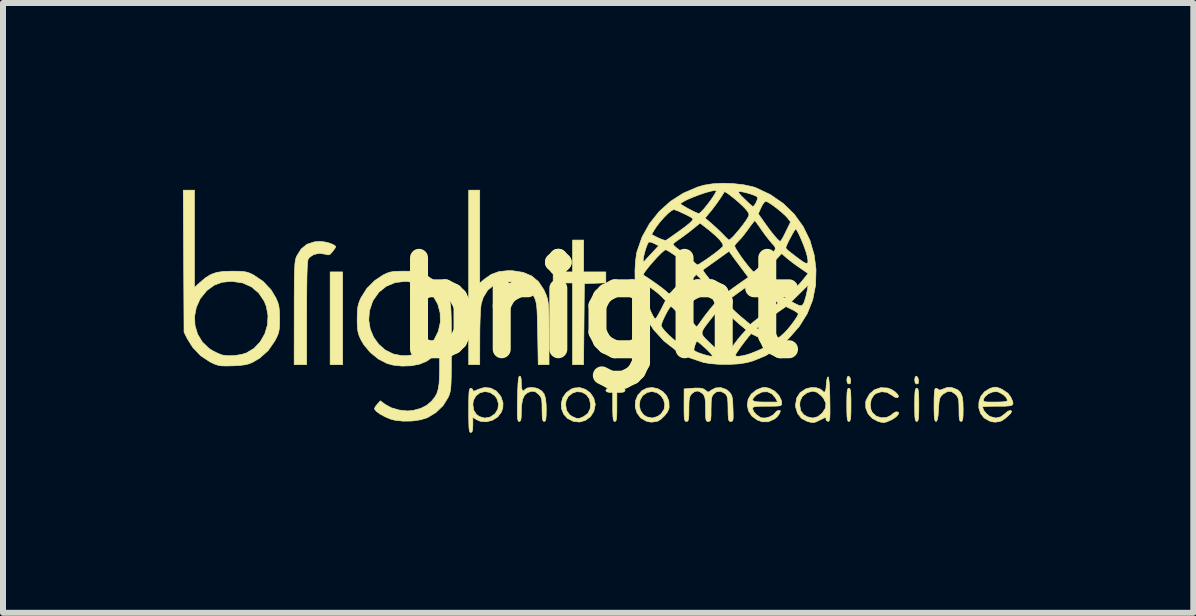
<source format=kicad_pcb>
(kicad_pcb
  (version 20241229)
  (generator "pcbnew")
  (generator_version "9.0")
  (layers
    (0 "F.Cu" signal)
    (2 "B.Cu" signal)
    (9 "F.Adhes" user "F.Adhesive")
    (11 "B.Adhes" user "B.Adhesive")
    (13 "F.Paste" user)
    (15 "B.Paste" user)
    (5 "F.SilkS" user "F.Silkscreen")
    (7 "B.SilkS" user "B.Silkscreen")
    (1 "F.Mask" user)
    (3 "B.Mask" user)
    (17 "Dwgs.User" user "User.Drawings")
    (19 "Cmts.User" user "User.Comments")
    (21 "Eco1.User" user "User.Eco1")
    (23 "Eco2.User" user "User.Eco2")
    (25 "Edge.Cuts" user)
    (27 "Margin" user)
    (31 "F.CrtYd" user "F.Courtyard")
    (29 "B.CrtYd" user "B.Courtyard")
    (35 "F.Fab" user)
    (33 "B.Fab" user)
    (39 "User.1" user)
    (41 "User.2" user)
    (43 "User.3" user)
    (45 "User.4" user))
  (footprint "bright"
    (layer "F.Cu")
    (at 6.911 2.083)
    (property "Reference" "bright" (at 0 0 0) (layer "F.SilkS") (effects (font (size 1.524 1.524) (thickness 0.3))))
    (attr through_hole)
    (fp_poly (pts (xy -4.249 0.947) (xy -4.457 0.947) (xy -4.457 -0.6) (xy -4.249 -0.6) (xy -4.249 0.947)) (stroke (width 0.01) (type solid)) (fill yes) (layer "F.SilkS"))
    (fp_poly (pts (xy 4.21 1.163) (xy 4.221 1.208) (xy 4.218 1.256) (xy 4.193 1.27) (xy 4.165 1.252) (xy 4.156 1.199) (xy 4.166 1.149) (xy 4.187 1.137) (xy 4.21 1.163)) (stroke (width 0.01) (type solid)) (fill yes) (layer "F.SilkS"))
    (fp_poly (pts (xy 5.341 1.163) (xy 5.353 1.208) (xy 5.35 1.256) (xy 5.324 1.27) (xy 5.296 1.252) (xy 5.288 1.199) (xy 5.297 1.149) (xy 5.319 1.137) (xy 5.341 1.163)) (stroke (width 0.01) (type solid)) (fill yes) (layer "F.SilkS"))
    (fp_poly (pts (xy -0.231 -0.6) (xy 0.139 -0.6) (xy 0.139 -0.418) (xy -0.04 -0.411) (xy -0.219 -0.404) (xy -0.225 0.271) (xy -0.232 0.947) (xy -0.416 0.947) (xy -0.416 -0.416) (xy -0.739 -0.416) (xy -0.739 -0.6) (xy -0.416 -0.6) (xy -0.416 -1.131) (xy -0.231 -1.131) (xy -0.231 -0.6)) (stroke (width 0.01) (type solid)) (fill yes) (layer "F.SilkS"))
    (fp_poly (pts (xy 4.206 1.346) (xy 4.216 1.372) (xy 4.222 1.423) (xy 4.225 1.507) (xy 4.226 1.616) (xy 4.225 1.736) (xy 4.222 1.816) (xy 4.215 1.865) (xy 4.205 1.888) (xy 4.191 1.893) (xy 4.176 1.887) (xy 4.166 1.861) (xy 4.16 1.81) (xy 4.157 1.726) (xy 4.156 1.616) (xy 4.157 1.497) (xy 4.16 1.417) (xy 4.167 1.368) (xy 4.177 1.345) (xy 4.191 1.339) (xy 4.206 1.346)) (stroke (width 0.01) (type solid)) (fill yes) (layer "F.SilkS"))
    (fp_poly (pts (xy 5.337 1.346) (xy 5.347 1.372) (xy 5.353 1.423) (xy 5.356 1.507) (xy 5.357 1.616) (xy 5.356 1.736) (xy 5.353 1.816) (xy 5.347 1.865) (xy 5.336 1.888) (xy 5.322 1.893) (xy 5.308 1.887) (xy 5.297 1.861) (xy 5.291 1.81) (xy 5.289 1.726) (xy 5.288 1.616) (xy 5.289 1.497) (xy 5.292 1.417) (xy 5.298 1.368) (xy 5.309 1.345) (xy 5.322 1.339) (xy 5.337 1.346)) (stroke (width 0.01) (type solid)) (fill yes) (layer "F.SilkS"))
    (fp_poly (pts (xy 0.305 1.172) (xy 0.318 1.236) (xy 0.319 1.247) (xy 0.327 1.306) (xy 0.344 1.333) (xy 0.383 1.339) (xy 0.394 1.339) (xy 0.448 1.35) (xy 0.462 1.374) (xy 0.441 1.401) (xy 0.393 1.409) (xy 0.323 1.409) (xy 0.323 1.651) (xy 0.322 1.762) (xy 0.318 1.834) (xy 0.311 1.875) (xy 0.298 1.892) (xy 0.289 1.893) (xy 0.273 1.886) (xy 0.263 1.859) (xy 0.257 1.804) (xy 0.254 1.715) (xy 0.254 1.651) (xy 0.254 1.409) (xy 0.196 1.409) (xy 0.15 1.397) (xy 0.139 1.374) (xy 0.159 1.346) (xy 0.195 1.339) (xy 0.231 1.334) (xy 0.249 1.309) (xy 0.258 1.251) (xy 0.258 1.241) (xy 0.27 1.174) (xy 0.287 1.151) (xy 0.305 1.172)) (stroke (width 0.01) (type solid)) (fill yes) (layer "F.SilkS"))
    (fp_poly (pts (xy -4.556 -1.101) (xy -4.481 -1.084) (xy -4.416 -1.06) (xy -4.373 -1.034) (xy -4.364 -1.019) (xy -4.377 -0.993) (xy -4.41 -0.948) (xy -4.418 -0.938) (xy -4.456 -0.895) (xy -4.491 -0.883) (xy -4.543 -0.895) (xy -4.554 -0.898) (xy -4.643 -0.909) (xy -4.731 -0.889) (xy -4.8 -0.844) (xy -4.824 -0.812) (xy -4.832 -0.773) (xy -4.838 -0.688) (xy -4.843 -0.558) (xy -4.846 -0.381) (xy -4.848 -0.16) (xy -4.849 0.091) (xy -4.849 0.947) (xy -5.057 0.947) (xy -5.056 0.087) (xy -5.056 -0.138) (xy -5.055 -0.321) (xy -5.054 -0.467) (xy -5.052 -0.582) (xy -5.048 -0.67) (xy -5.044 -0.736) (xy -5.038 -0.785) (xy -5.03 -0.821) (xy -5.02 -0.851) (xy -5.013 -0.866) (xy -4.939 -0.983) (xy -4.843 -1.061) (xy -4.72 -1.101) (xy -4.626 -1.108) (xy -4.556 -1.101)) (stroke (width 0.01) (type solid)) (fill yes) (layer "F.SilkS"))
    (fp_poly (pts (xy -0.199 1.359) (xy -0.118 1.42) (xy -0.062 1.504) (xy -0.038 1.602) (xy -0.038 1.617) (xy -0.061 1.726) (xy -0.118 1.814) (xy -0.201 1.875) (xy -0.3 1.903) (xy -0.401 1.892) (xy -0.498 1.844) (xy -0.564 1.771) (xy -0.599 1.682) (xy -0.602 1.616) (xy -0.531 1.616) (xy -0.515 1.713) (xy -0.463 1.783) (xy -0.421 1.811) (xy -0.354 1.84) (xy -0.299 1.841) (xy -0.232 1.813) (xy -0.23 1.812) (xy -0.159 1.758) (xy -0.122 1.682) (xy -0.115 1.609) (xy -0.135 1.516) (xy -0.186 1.446) (xy -0.26 1.404) (xy -0.346 1.397) (xy -0.413 1.419) (xy -0.488 1.476) (xy -0.525 1.553) (xy -0.531 1.616) (xy -0.602 1.616) (xy -0.603 1.587) (xy -0.577 1.494) (xy -0.52 1.413) (xy -0.434 1.352) (xy -0.39 1.336) (xy -0.293 1.329) (xy -0.199 1.359)) (stroke (width 0.01) (type solid)) (fill yes) (layer "F.SilkS"))
    (fp_poly (pts (xy 1.007 1.348) (xy 1.088 1.395) (xy 1.152 1.465) (xy 1.19 1.553) (xy 1.194 1.658) (xy 1.189 1.685) (xy 1.164 1.739) (xy 1.116 1.8) (xy 1.059 1.854) (xy 1.006 1.888) (xy 0.982 1.893) (xy 0.93 1.901) (xy 0.92 1.904) (xy 0.879 1.903) (xy 0.818 1.889) (xy 0.809 1.886) (xy 0.72 1.834) (xy 0.659 1.752) (xy 0.629 1.654) (xy 0.631 1.623) (xy 0.697 1.623) (xy 0.715 1.707) (xy 0.763 1.778) (xy 0.819 1.816) (xy 0.914 1.836) (xy 1.003 1.81) (xy 1.062 1.765) (xy 1.111 1.69) (xy 1.122 1.609) (xy 1.102 1.529) (xy 1.056 1.461) (xy 0.989 1.413) (xy 0.909 1.394) (xy 0.827 1.41) (xy 0.753 1.462) (xy 0.71 1.537) (xy 0.697 1.623) (xy 0.631 1.623) (xy 0.634 1.549) (xy 0.67 1.459) (xy 0.74 1.38) (xy 0.825 1.337) (xy 0.917 1.328) (xy 1.007 1.348)) (stroke (width 0.01) (type solid)) (fill yes) (layer "F.SilkS"))
    (fp_poly (pts (xy 4.836 1.336) (xy 4.846 1.338) (xy 4.907 1.364) (xy 4.962 1.4) (xy 5.002 1.44) (xy 5.019 1.474) (xy 5.006 1.495) (xy 4.999 1.497) (xy 4.957 1.488) (xy 4.907 1.455) (xy 4.903 1.452) (xy 4.825 1.407) (xy 4.734 1.398) (xy 4.646 1.425) (xy 4.608 1.454) (xy 4.564 1.523) (xy 4.548 1.612) (xy 4.56 1.701) (xy 4.584 1.748) (xy 4.648 1.805) (xy 4.731 1.832) (xy 4.818 1.827) (xy 4.894 1.791) (xy 4.916 1.769) (xy 4.962 1.738) (xy 4.991 1.732) (xy 5.02 1.743) (xy 5.016 1.771) (xy 4.985 1.809) (xy 4.931 1.849) (xy 4.888 1.872) (xy 4.82 1.901) (xy 4.774 1.911) (xy 4.728 1.906) (xy 4.679 1.893) (xy 4.583 1.843) (xy 4.512 1.766) (xy 4.473 1.671) (xy 4.471 1.57) (xy 4.479 1.539) (xy 4.534 1.437) (xy 4.618 1.365) (xy 4.722 1.33) (xy 4.836 1.336)) (stroke (width 0.01) (type solid)) (fill yes) (layer "F.SilkS"))
    (fp_poly (pts (xy -1.963 -0.411) (xy -1.884 -0.48) (xy -1.77 -0.559) (xy -1.643 -0.605) (xy -1.491 -0.621) (xy -1.412 -0.619) (xy -1.239 -0.592) (xy -1.097 -0.532) (xy -0.983 -0.436) (xy -0.894 -0.302) (xy -0.853 -0.209) (xy -0.838 -0.165) (xy -0.827 -0.118) (xy -0.819 -0.06) (xy -0.813 0.016) (xy -0.81 0.117) (xy -0.809 0.25) (xy -0.808 0.422) (xy -0.808 0.947) (xy -0.988 0.947) (xy -0.997 0.433) (xy -1.001 0.264) (xy -1.004 0.135) (xy -1.008 0.038) (xy -1.014 -0.034) (xy -1.023 -0.087) (xy -1.034 -0.13) (xy -1.049 -0.168) (xy -1.061 -0.192) (xy -1.137 -0.307) (xy -1.239 -0.384) (xy -1.369 -0.426) (xy -1.443 -0.435) (xy -1.598 -0.426) (xy -1.728 -0.379) (xy -1.83 -0.296) (xy -1.904 -0.176) (xy -1.938 -0.069) (xy -1.945 -0.014) (xy -1.952 0.079) (xy -1.957 0.199) (xy -1.961 0.338) (xy -1.962 0.486) (xy -1.962 0.491) (xy -1.963 0.947) (xy -2.147 0.947) (xy -2.147 -1.963) (xy -1.963 -1.963) (xy -1.963 -0.411)) (stroke (width 0.01) (type solid)) (fill yes) (layer "F.SilkS"))
    (fp_poly (pts (xy 5.893 1.326) (xy 5.934 1.337) (xy 6.003 1.365) (xy 6.05 1.408) (xy 6.079 1.474) (xy 6.093 1.569) (xy 6.096 1.685) (xy 6.095 1.786) (xy 6.09 1.85) (xy 6.08 1.883) (xy 6.064 1.893) (xy 6.061 1.893) (xy 6.044 1.885) (xy 6.033 1.855) (xy 6.028 1.794) (xy 6.027 1.696) (xy 6.025 1.598) (xy 6.02 1.533) (xy 6.007 1.491) (xy 5.985 1.458) (xy 5.97 1.442) (xy 5.903 1.395) (xy 5.837 1.393) (xy 5.765 1.434) (xy 5.759 1.44) (xy 5.728 1.47) (xy 5.708 1.505) (xy 5.696 1.555) (xy 5.689 1.632) (xy 5.685 1.694) (xy 5.678 1.797) (xy 5.667 1.86) (xy 5.653 1.889) (xy 5.643 1.893) (xy 5.629 1.884) (xy 5.62 1.852) (xy 5.614 1.791) (xy 5.611 1.694) (xy 5.611 1.616) (xy 5.612 1.496) (xy 5.616 1.414) (xy 5.622 1.366) (xy 5.633 1.343) (xy 5.644 1.339) (xy 5.678 1.354) (xy 5.685 1.363) (xy 5.709 1.371) (xy 5.763 1.352) (xy 5.77 1.349) (xy 5.833 1.325) (xy 5.893 1.326)) (stroke (width 0.01) (type solid)) (fill yes) (layer "F.SilkS"))
    (fp_poly (pts (xy -1.281 1.146) (xy -1.272 1.191) (xy -1.27 1.257) (xy -1.265 1.337) (xy -1.251 1.381) (xy -1.229 1.383) (xy -1.213 1.364) (xy -1.172 1.336) (xy -1.105 1.326) (xy -1.03 1.335) (xy -0.986 1.35) (xy -0.928 1.387) (xy -0.889 1.437) (xy -0.866 1.509) (xy -0.856 1.612) (xy -0.854 1.698) (xy -0.856 1.796) (xy -0.861 1.856) (xy -0.872 1.886) (xy -0.889 1.893) (xy -0.906 1.885) (xy -0.917 1.855) (xy -0.922 1.794) (xy -0.924 1.696) (xy -0.925 1.598) (xy -0.93 1.533) (xy -0.943 1.491) (xy -0.965 1.458) (xy -0.98 1.442) (xy -1.038 1.397) (xy -1.095 1.389) (xy -1.164 1.412) (xy -1.215 1.454) (xy -1.249 1.526) (xy -1.267 1.635) (xy -1.27 1.735) (xy -1.272 1.822) (xy -1.279 1.871) (xy -1.294 1.891) (xy -1.305 1.893) (xy -1.318 1.888) (xy -1.328 1.868) (xy -1.333 1.826) (xy -1.336 1.756) (xy -1.336 1.652) (xy -1.334 1.52) (xy -1.33 1.368) (xy -1.325 1.259) (xy -1.318 1.186) (xy -1.308 1.147) (xy -1.299 1.137) (xy -1.281 1.146)) (stroke (width 0.01) (type solid)) (fill yes) (layer "F.SilkS"))
    (fp_poly (pts (xy -1.78 1.337) (xy -1.687 1.386) (xy -1.616 1.47) (xy -1.607 1.488) (xy -1.575 1.584) (xy -1.579 1.671) (xy -1.605 1.741) (xy -1.666 1.82) (xy -1.754 1.874) (xy -1.854 1.899) (xy -1.955 1.89) (xy -2.02 1.861) (xy -2.078 1.823) (xy -2.078 1.951) (xy -2.081 2.027) (xy -2.092 2.067) (xy -2.113 2.078) (xy -2.126 2.072) (xy -2.135 2.05) (xy -2.142 2.004) (xy -2.145 1.93) (xy -2.147 1.821) (xy -2.147 1.709) (xy -2.147 1.608) (xy -2.078 1.608) (xy -2.064 1.706) (xy -2.019 1.776) (xy -1.968 1.812) (xy -1.88 1.837) (xy -1.789 1.82) (xy -1.709 1.766) (xy -1.661 1.688) (xy -1.65 1.598) (xy -1.678 1.51) (xy -1.715 1.461) (xy -1.794 1.409) (xy -1.88 1.395) (xy -1.961 1.416) (xy -2.027 1.467) (xy -2.069 1.543) (xy -2.078 1.608) (xy -2.147 1.608) (xy -2.147 1.568) (xy -2.145 1.468) (xy -2.141 1.401) (xy -2.134 1.361) (xy -2.123 1.343) (xy -2.113 1.339) (xy -2.082 1.356) (xy -2.078 1.371) (xy -2.069 1.388) (xy -2.037 1.381) (xy -1.992 1.359) (xy -1.885 1.327) (xy -1.78 1.337)) (stroke (width 0.01) (type solid)) (fill yes) (layer "F.SilkS"))
    (fp_poly (pts (xy 2.854 1.338) (xy 2.87 1.343) (xy 2.954 1.388) (xy 3.023 1.458) (xy 3.064 1.539) (xy 3.071 1.585) (xy 3.069 1.609) (xy 3.059 1.625) (xy 3.031 1.634) (xy 2.978 1.638) (xy 2.892 1.639) (xy 2.829 1.639) (xy 2.72 1.64) (xy 2.65 1.643) (xy 2.609 1.65) (xy 2.591 1.662) (xy 2.586 1.68) (xy 2.586 1.682) (xy 2.605 1.73) (xy 2.652 1.782) (xy 2.713 1.824) (xy 2.734 1.833) (xy 2.796 1.836) (xy 2.869 1.817) (xy 2.931 1.782) (xy 2.957 1.753) (xy 2.985 1.723) (xy 3.02 1.708) (xy 3.045 1.712) (xy 3.048 1.722) (xy 3.031 1.767) (xy 2.99 1.82) (xy 2.95 1.853) (xy 2.848 1.898) (xy 2.746 1.899) (xy 2.663 1.869) (xy 2.572 1.802) (xy 2.517 1.716) (xy 2.497 1.62) (xy 2.51 1.537) (xy 2.585 1.537) (xy 2.611 1.557) (xy 2.675 1.567) (xy 2.782 1.57) (xy 2.795 1.57) (xy 3.003 1.57) (xy 2.969 1.504) (xy 2.91 1.433) (xy 2.831 1.398) (xy 2.744 1.402) (xy 2.657 1.446) (xy 2.638 1.461) (xy 2.596 1.506) (xy 2.585 1.537) (xy 2.51 1.537) (xy 2.512 1.524) (xy 2.563 1.437) (xy 2.649 1.369) (xy 2.673 1.358) (xy 2.741 1.331) (xy 2.793 1.325) (xy 2.854 1.338)) (stroke (width 0.01) (type solid)) (fill yes) (layer "F.SilkS"))
    (fp_poly (pts (xy 3.854 1.173) (xy 3.862 1.239) (xy 3.868 1.339) (xy 3.873 1.47) (xy 3.874 1.524) (xy 3.876 1.664) (xy 3.876 1.764) (xy 3.873 1.831) (xy 3.867 1.87) (xy 3.857 1.889) (xy 3.845 1.893) (xy 3.814 1.875) (xy 3.81 1.859) (xy 3.809 1.835) (xy 3.799 1.828) (xy 3.769 1.839) (xy 3.71 1.869) (xy 3.706 1.87) (xy 3.642 1.901) (xy 3.596 1.912) (xy 3.545 1.905) (xy 3.494 1.891) (xy 3.401 1.842) (xy 3.336 1.76) (xy 3.304 1.655) (xy 3.302 1.618) (xy 3.302 1.616) (xy 3.371 1.616) (xy 3.387 1.713) (xy 3.439 1.781) (xy 3.494 1.814) (xy 3.588 1.836) (xy 3.672 1.814) (xy 3.747 1.754) (xy 3.8 1.672) (xy 3.808 1.59) (xy 3.769 1.508) (xy 3.731 1.464) (xy 3.658 1.406) (xy 3.589 1.388) (xy 3.51 1.409) (xy 3.486 1.42) (xy 3.413 1.477) (xy 3.377 1.556) (xy 3.371 1.616) (xy 3.302 1.616) (xy 3.321 1.502) (xy 3.378 1.413) (xy 3.474 1.35) (xy 3.48 1.347) (xy 3.562 1.328) (xy 3.647 1.331) (xy 3.717 1.355) (xy 3.743 1.376) (xy 3.774 1.405) (xy 3.796 1.396) (xy 3.809 1.347) (xy 3.815 1.276) (xy 3.822 1.205) (xy 3.834 1.159) (xy 3.845 1.149) (xy 3.854 1.173)) (stroke (width 0.01) (type solid)) (fill yes) (layer "F.SilkS"))
    (fp_poly (pts (xy 6.711 1.342) (xy 6.748 1.36) (xy 6.844 1.424) (xy 6.89 1.488) (xy 6.918 1.551) (xy 6.928 1.593) (xy 6.914 1.619) (xy 6.871 1.633) (xy 6.793 1.639) (xy 6.674 1.639) (xy 6.673 1.639) (xy 6.571 1.64) (xy 6.489 1.643) (xy 6.435 1.646) (xy 6.419 1.65) (xy 6.437 1.705) (xy 6.483 1.763) (xy 6.541 1.809) (xy 6.549 1.812) (xy 6.642 1.836) (xy 6.727 1.815) (xy 6.791 1.765) (xy 6.838 1.725) (xy 6.88 1.709) (xy 6.903 1.72) (xy 6.904 1.729) (xy 6.887 1.759) (xy 6.845 1.801) (xy 6.792 1.846) (xy 6.742 1.88) (xy 6.709 1.893) (xy 6.657 1.901) (xy 6.646 1.904) (xy 6.605 1.903) (xy 6.545 1.889) (xy 6.536 1.886) (xy 6.445 1.834) (xy 6.386 1.758) (xy 6.357 1.666) (xy 6.359 1.57) (xy 6.367 1.545) (xy 6.433 1.545) (xy 6.442 1.559) (xy 6.473 1.567) (xy 6.534 1.57) (xy 6.629 1.57) (xy 6.733 1.568) (xy 6.798 1.562) (xy 6.829 1.551) (xy 6.835 1.54) (xy 6.815 1.495) (xy 6.767 1.448) (xy 6.704 1.411) (xy 6.661 1.396) (xy 6.588 1.401) (xy 6.514 1.433) (xy 6.457 1.482) (xy 6.436 1.522) (xy 6.433 1.545) (xy 6.367 1.545) (xy 6.39 1.477) (xy 6.451 1.399) (xy 6.542 1.344) (xy 6.549 1.341) (xy 6.609 1.323) (xy 6.656 1.323) (xy 6.711 1.342)) (stroke (width 0.01) (type solid)) (fill yes) (layer "F.SilkS"))
    (fp_poly (pts (xy 2.143 1.358) (xy 2.188 1.392) (xy 2.218 1.426) (xy 2.237 1.461) (xy 2.249 1.509) (xy 2.255 1.583) (xy 2.259 1.675) (xy 2.262 1.776) (xy 2.262 1.841) (xy 2.255 1.876) (xy 2.243 1.891) (xy 2.223 1.893) (xy 2.202 1.89) (xy 2.188 1.872) (xy 2.181 1.832) (xy 2.177 1.762) (xy 2.176 1.68) (xy 2.174 1.577) (xy 2.168 1.51) (xy 2.157 1.468) (xy 2.139 1.44) (xy 2.123 1.426) (xy 2.052 1.39) (xy 1.984 1.399) (xy 1.94 1.432) (xy 1.917 1.461) (xy 1.903 1.501) (xy 1.896 1.562) (xy 1.894 1.655) (xy 1.893 1.686) (xy 1.893 1.784) (xy 1.889 1.846) (xy 1.881 1.878) (xy 1.865 1.891) (xy 1.847 1.893) (xy 1.825 1.89) (xy 1.812 1.874) (xy 1.804 1.836) (xy 1.802 1.768) (xy 1.801 1.686) (xy 1.8 1.582) (xy 1.794 1.514) (xy 1.782 1.47) (xy 1.762 1.439) (xy 1.755 1.432) (xy 1.705 1.397) (xy 1.663 1.385) (xy 1.612 1.401) (xy 1.57 1.432) (xy 1.548 1.461) (xy 1.534 1.501) (xy 1.526 1.562) (xy 1.524 1.655) (xy 1.524 1.686) (xy 1.523 1.785) (xy 1.519 1.847) (xy 1.51 1.88) (xy 1.495 1.892) (xy 1.483 1.893) (xy 1.466 1.889) (xy 1.454 1.872) (xy 1.447 1.834) (xy 1.444 1.767) (xy 1.443 1.664) (xy 1.443 1.622) (xy 1.444 1.351) (xy 1.524 1.344) (xy 1.633 1.336) (xy 1.706 1.337) (xy 1.755 1.345) (xy 1.79 1.364) (xy 1.801 1.373) (xy 1.837 1.402) (xy 1.864 1.398) (xy 1.895 1.372) (xy 1.969 1.334) (xy 2.057 1.329) (xy 2.143 1.358)) (stroke (width 0.01) (type solid)) (fill yes) (layer "F.SilkS"))
    (fp_poly (pts (xy -6.719 -0.341) (xy -6.628 -0.423) (xy -6.531 -0.505) (xy -6.441 -0.559) (xy -6.347 -0.592) (xy -6.233 -0.608) (xy -6.096 -0.612) (xy -5.983 -0.611) (xy -5.903 -0.606) (xy -5.842 -0.595) (xy -5.788 -0.576) (xy -5.732 -0.548) (xy -5.573 -0.44) (xy -5.443 -0.302) (xy -5.361 -0.165) (xy -5.33 -0.094) (xy -5.312 -0.029) (xy -5.303 0.046) (xy -5.3 0.148) (xy -5.3 0.185) (xy -5.301 0.291) (xy -5.307 0.366) (xy -5.321 0.426) (xy -5.346 0.486) (xy -5.379 0.55) (xy -5.49 0.711) (xy -5.631 0.837) (xy -5.748 0.906) (xy -5.813 0.933) (xy -5.886 0.95) (xy -5.98 0.961) (xy -6.084 0.966) (xy -6.192 0.968) (xy -6.269 0.966) (xy -6.327 0.956) (xy -6.383 0.937) (xy -6.449 0.905) (xy -6.459 0.901) (xy -6.616 0.797) (xy -6.748 0.658) (xy -6.839 0.513) (xy -6.893 0.404) (xy -6.894 0.141) (xy -6.717 0.141) (xy -6.71 0.292) (xy -6.667 0.437) (xy -6.589 0.567) (xy -6.477 0.675) (xy -6.425 0.709) (xy -6.349 0.748) (xy -6.276 0.779) (xy -6.25 0.787) (xy -6.16 0.798) (xy -6.049 0.794) (xy -5.938 0.777) (xy -5.856 0.753) (xy -5.726 0.675) (xy -5.622 0.565) (xy -5.546 0.432) (xy -5.502 0.284) (xy -5.493 0.128) (xy -5.521 -0.025) (xy -5.555 -0.11) (xy -5.648 -0.249) (xy -5.769 -0.351) (xy -5.915 -0.416) (xy -6.083 -0.441) (xy -6.106 -0.442) (xy -6.26 -0.427) (xy -6.389 -0.379) (xy -6.506 -0.295) (xy -6.519 -0.282) (xy -6.623 -0.154) (xy -6.688 -0.01) (xy -6.717 0.141) (xy -6.894 0.141) (xy -6.899 -0.779) (xy -6.906 -1.963) (xy -6.719 -1.963) (xy -6.719 -0.341)) (stroke (width 0.01) (type solid)) (fill yes) (layer "F.SilkS"))
    (fp_poly (pts (xy -3.11 -0.611) (xy -3.031 -0.605) (xy -2.969 -0.592) (xy -2.91 -0.57) (xy -2.856 -0.544) (xy -2.711 -0.448) (xy -2.585 -0.322) (xy -2.493 -0.179) (xy -2.486 -0.166) (xy -2.472 -0.133) (xy -2.461 -0.1) (xy -2.452 -0.061) (xy -2.446 -0.01) (xy -2.442 0.059) (xy -2.439 0.15) (xy -2.437 0.27) (xy -2.436 0.424) (xy -2.436 0.618) (xy -2.436 0.658) (xy -2.436 0.859) (xy -2.437 1.019) (xy -2.438 1.145) (xy -2.441 1.241) (xy -2.445 1.313) (xy -2.45 1.367) (xy -2.459 1.409) (xy -2.469 1.444) (xy -2.483 1.478) (xy -2.491 1.495) (xy -2.575 1.63) (xy -2.695 1.745) (xy -2.837 1.831) (xy -2.953 1.866) (xy -3.093 1.886) (xy -3.241 1.888) (xy -3.377 1.873) (xy -3.453 1.853) (xy -3.542 1.815) (xy -3.623 1.771) (xy -3.684 1.726) (xy -3.716 1.689) (xy -3.718 1.68) (xy -3.703 1.646) (xy -3.668 1.602) (xy -3.619 1.549) (xy -3.546 1.605) (xy -3.438 1.665) (xy -3.306 1.703) (xy -3.169 1.718) (xy -3.075 1.71) (xy -2.946 1.675) (xy -2.846 1.624) (xy -2.766 1.555) (xy -2.716 1.494) (xy -2.679 1.43) (xy -2.655 1.353) (xy -2.64 1.255) (xy -2.634 1.125) (xy -2.632 1.003) (xy -2.632 0.689) (xy -2.693 0.761) (xy -2.75 0.816) (xy -2.825 0.873) (xy -2.859 0.894) (xy -2.97 0.939) (xy -3.108 0.965) (xy -3.257 0.97) (xy -3.402 0.955) (xy -3.51 0.926) (xy -3.654 0.851) (xy -3.788 0.742) (xy -3.896 0.613) (xy -3.941 0.536) (xy -3.973 0.467) (xy -3.992 0.404) (xy -4.002 0.334) (xy -4.006 0.24) (xy -4.006 0.205) (xy -3.813 0.205) (xy -3.789 0.353) (xy -3.732 0.49) (xy -3.646 0.608) (xy -3.537 0.703) (xy -3.406 0.768) (xy -3.259 0.797) (xy -3.168 0.796) (xy -3.077 0.78) (xy -2.99 0.754) (xy -2.958 0.74) (xy -2.824 0.648) (xy -2.722 0.529) (xy -2.654 0.39) (xy -2.62 0.24) (xy -2.623 0.086) (xy -2.663 -0.064) (xy -2.743 -0.203) (xy -2.771 -0.237) (xy -2.892 -0.347) (xy -3.025 -0.414) (xy -3.176 -0.441) (xy -3.206 -0.442) (xy -3.373 -0.422) (xy -3.52 -0.361) (xy -3.643 -0.263) (xy -3.738 -0.13) (xy -3.751 -0.104) (xy -3.802 0.05) (xy -3.813 0.205) (xy -4.006 0.205) (xy -4.006 0.185) (xy -4.004 0.073) (xy -3.997 -0.009) (xy -3.981 -0.076) (xy -3.955 -0.144) (xy -3.945 -0.165) (xy -3.846 -0.323) (xy -3.712 -0.457) (xy -3.574 -0.548) (xy -3.512 -0.578) (xy -3.456 -0.597) (xy -3.393 -0.607) (xy -3.307 -0.611) (xy -3.221 -0.612) (xy -3.11 -0.611)) (stroke (width 0.01) (type solid)) (fill yes) (layer "F.SilkS"))
    (fp_poly (pts (xy 2.264 -2.072) (xy 2.435 -2.053) (xy 2.584 -2.021) (xy 2.638 -2.004) (xy 2.882 -1.889) (xy 3.096 -1.741) (xy 3.28 -1.563) (xy 3.428 -1.357) (xy 3.541 -1.128) (xy 3.613 -0.88) (xy 3.643 -0.644) (xy 3.636 -0.38) (xy 3.588 -0.134) (xy 3.497 0.095) (xy 3.363 0.31) (xy 3.189 0.508) (xy 2.999 0.673) (xy 2.803 0.797) (xy 2.594 0.883) (xy 2.489 0.912) (xy 2.358 0.933) (xy 2.201 0.942) (xy 2.035 0.941) (xy 1.88 0.929) (xy 1.768 0.91) (xy 1.529 0.829) (xy 1.308 0.708) (xy 1.302 0.703) (xy 1.606 0.703) (xy 1.626 0.721) (xy 1.676 0.745) (xy 1.745 0.769) (xy 1.817 0.791) (xy 1.88 0.805) (xy 1.903 0.807) (xy 1.915 0.798) (xy 1.895 0.767) (xy 1.841 0.711) (xy 1.811 0.682) (xy 1.745 0.623) (xy 1.693 0.579) (xy 1.663 0.557) (xy 1.659 0.555) (xy 1.644 0.574) (xy 1.626 0.619) (xy 1.611 0.672) (xy 1.606 0.703) (xy 1.302 0.703) (xy 1.109 0.552) (xy 0.938 0.366) (xy 0.89 0.293) (xy 1.062 0.293) (xy 1.08 0.333) (xy 1.126 0.39) (xy 1.192 0.457) (xy 1.268 0.524) (xy 1.344 0.583) (xy 1.412 0.627) (xy 1.46 0.646) (xy 1.465 0.647) (xy 1.49 0.627) (xy 1.523 0.579) (xy 1.541 0.545) (xy 1.591 0.443) (xy 1.569 0.411) (xy 1.743 0.411) (xy 1.747 0.441) (xy 1.763 0.471) (xy 1.764 0.473) (xy 1.793 0.506) (xy 1.844 0.557) (xy 1.909 0.619) (xy 1.979 0.683) (xy 2.046 0.741) (xy 2.1 0.785) (xy 2.132 0.807) (xy 2.136 0.808) (xy 2.152 0.79) (xy 2.16 0.779) (xy 2.3 0.779) (xy 2.304 0.801) (xy 2.345 0.808) (xy 2.418 0.798) (xy 2.482 0.783) (xy 2.546 0.763) (xy 2.625 0.732) (xy 2.71 0.696) (xy 2.788 0.66) (xy 2.85 0.629) (xy 2.883 0.607) (xy 2.886 0.603) (xy 2.867 0.587) (xy 2.816 0.557) (xy 2.743 0.519) (xy 2.724 0.509) (xy 2.561 0.429) (xy 2.504 0.497) (xy 2.455 0.56) (xy 2.397 0.637) (xy 2.343 0.714) (xy 2.304 0.773) (xy 2.3 0.779) (xy 2.16 0.779) (xy 2.186 0.744) (xy 2.226 0.682) (xy 2.286 0.596) (xy 2.353 0.508) (xy 2.393 0.461) (xy 2.479 0.366) (xy 2.449 0.34) (xy 2.652 0.34) (xy 2.731 0.389) (xy 2.812 0.435) (xy 2.894 0.474) (xy 2.963 0.5) (xy 2.996 0.507) (xy 3.027 0.492) (xy 3.077 0.453) (xy 3.114 0.419) (xy 3.171 0.357) (xy 3.231 0.284) (xy 3.285 0.21) (xy 3.327 0.147) (xy 3.347 0.105) (xy 3.348 0.099) (xy 3.329 0.078) (xy 3.281 0.047) (xy 3.245 0.028) (xy 3.142 -0.022) (xy 2.984 0.087) (xy 2.896 0.149) (xy 2.811 0.212) (xy 2.745 0.264) (xy 2.739 0.268) (xy 2.652 0.34) (xy 2.449 0.34) (xy 2.365 0.271) (xy 2.284 0.199) (xy 2.199 0.119) (xy 2.155 0.075) (xy 2.058 -0.026) (xy 1.918 0.15) (xy 1.839 0.251) (xy 1.785 0.323) (xy 1.755 0.374) (xy 1.743 0.411) (xy 1.569 0.411) (xy 1.474 0.273) (xy 1.396 0.163) (xy 1.326 0.074) (xy 1.27 0.011) (xy 1.231 -0.021) (xy 1.223 -0.023) (xy 1.203 -0.004) (xy 1.172 0.045) (xy 1.136 0.112) (xy 1.101 0.183) (xy 1.075 0.247) (xy 1.062 0.289) (xy 1.062 0.293) (xy 0.89 0.293) (xy 0.798 0.153) (xy 0.694 -0.081) (xy 0.659 -0.195) (xy 0.638 -0.317) (xy 0.633 -0.381) (xy 0.75 -0.381) (xy 0.761 -0.316) (xy 0.784 -0.231) (xy 0.815 -0.134) (xy 0.851 -0.035) (xy 0.887 0.056) (xy 0.922 0.129) (xy 0.95 0.174) (xy 0.965 0.183) (xy 0.983 0.163) (xy 1.014 0.112) (xy 1.052 0.041) (xy 1.058 0.03) (xy 1.134 -0.122) (xy 1.125 -0.131) (xy 1.305 -0.131) (xy 1.329 -0.094) (xy 1.368 -0.05) (xy 1.423 0.016) (xy 1.488 0.102) (xy 1.546 0.183) (xy 1.594 0.25) (xy 1.632 0.297) (xy 1.654 0.315) (xy 1.656 0.314) (xy 1.676 0.29) (xy 1.712 0.24) (xy 1.741 0.199) (xy 1.799 0.119) (xy 1.868 0.032) (xy 1.901 -0.009) (xy 1.985 -0.108) (xy 2.15 -0.108) (xy 2.198 -0.04) (xy 2.238 0.006) (xy 2.303 0.069) (xy 2.379 0.137) (xy 2.397 0.152) (xy 2.548 0.277) (xy 2.619 0.218) (xy 2.671 0.178) (xy 2.747 0.121) (xy 2.833 0.059) (xy 2.859 0.04) (xy 2.939 -0.018) (xy 2.985 -0.055) (xy 3.005 -0.079) (xy 3.001 -0.096) (xy 2.989 -0.105) (xy 3.233 -0.105) (xy 3.308 -0.065) (xy 3.372 -0.036) (xy 3.411 -0.039) (xy 3.438 -0.077) (xy 3.453 -0.117) (xy 3.476 -0.196) (xy 3.495 -0.281) (xy 3.496 -0.289) (xy 3.513 -0.381) (xy 3.233 -0.105) (xy 2.989 -0.105) (xy 2.98 -0.113) (xy 2.975 -0.115) (xy 2.929 -0.149) (xy 2.864 -0.199) (xy 2.81 -0.242) (xy 2.74 -0.3) (xy 2.676 -0.352) (xy 2.642 -0.379) (xy 2.587 -0.424) (xy 2.477 -0.347) (xy 2.39 -0.285) (xy 2.297 -0.217) (xy 2.258 -0.189) (xy 2.15 -0.108) (xy 1.985 -0.108) (xy 1.99 -0.114) (xy 1.872 -0.284) (xy 1.812 -0.368) (xy 1.755 -0.442) (xy 1.711 -0.494) (xy 1.7 -0.505) (xy 1.646 -0.556) (xy 1.504 -0.404) (xy 1.435 -0.329) (xy 1.375 -0.259) (xy 1.334 -0.207) (xy 1.325 -0.195) (xy 1.305 -0.16) (xy 1.305 -0.131) (xy 1.125 -0.131) (xy 1.07 -0.188) (xy 1.023 -0.232) (xy 0.961 -0.282) (xy 0.892 -0.333) (xy 0.828 -0.377) (xy 0.779 -0.406) (xy 0.754 -0.414) (xy 0.754 -0.414) (xy 0.75 -0.381) (xy 0.633 -0.381) (xy 0.626 -0.466) (xy 0.626 -0.553) (xy 0.763 -0.553) (xy 0.765 -0.547) (xy 0.835 -0.503) (xy 0.917 -0.447) (xy 1 -0.388) (xy 1.074 -0.334) (xy 1.126 -0.292) (xy 1.144 -0.277) (xy 1.179 -0.244) (xy 1.201 -0.236) (xy 1.222 -0.255) (xy 1.265 -0.302) (xy 1.323 -0.368) (xy 1.361 -0.412) (xy 1.427 -0.486) (xy 1.485 -0.546) (xy 1.526 -0.585) (xy 1.538 -0.593) (xy 1.567 -0.617) (xy 1.563 -0.633) (xy 1.758 -0.633) (xy 1.767 -0.613) (xy 1.797 -0.568) (xy 1.83 -0.527) (xy 1.892 -0.446) (xy 1.957 -0.355) (xy 1.983 -0.318) (xy 2.044 -0.241) (xy 2.093 -0.209) (xy 2.129 -0.222) (xy 2.136 -0.232) (xy 2.161 -0.255) (xy 2.214 -0.297) (xy 2.287 -0.35) (xy 2.333 -0.383) (xy 2.495 -0.496) (xy 2.68 -0.496) (xy 2.766 -0.42) (xy 2.823 -0.373) (xy 2.894 -0.317) (xy 2.97 -0.261) (xy 3.039 -0.212) (xy 3.093 -0.176) (xy 3.12 -0.163) (xy 3.142 -0.177) (xy 3.187 -0.216) (xy 3.246 -0.272) (xy 3.248 -0.274) (xy 3.321 -0.349) (xy 3.393 -0.428) (xy 3.437 -0.481) (xy 3.511 -0.574) (xy 3.371 -0.67) (xy 3.287 -0.729) (xy 3.207 -0.79) (xy 3.151 -0.835) (xy 3.071 -0.906) (xy 2.876 -0.701) (xy 2.68 -0.496) (xy 2.495 -0.496) (xy 2.515 -0.51) (xy 2.416 -0.642) (xy 2.355 -0.724) (xy 2.295 -0.804) (xy 2.255 -0.859) (xy 2.193 -0.945) (xy 1.98 -0.792) (xy 1.894 -0.731) (xy 1.823 -0.68) (xy 1.775 -0.646) (xy 1.758 -0.633) (xy 1.563 -0.633) (xy 1.557 -0.655) (xy 1.506 -0.71) (xy 1.495 -0.72) (xy 1.434 -0.771) (xy 1.359 -0.827) (xy 1.282 -0.882) (xy 1.212 -0.929) (xy 1.159 -0.961) (xy 1.136 -0.97) (xy 1.108 -0.954) (xy 1.061 -0.912) (xy 1.001 -0.852) (xy 0.936 -0.781) (xy 0.873 -0.708) (xy 0.818 -0.64) (xy 0.779 -0.586) (xy 0.763 -0.553) (xy 0.626 -0.553) (xy 0.625 -0.626) (xy 0.634 -0.78) (xy 0.637 -0.8) (xy 0.762 -0.8) (xy 0.765 -0.767) (xy 0.769 -0.764) (xy 0.787 -0.784) (xy 0.828 -0.83) (xy 0.885 -0.891) (xy 0.898 -0.905) (xy 1.02 -1.036) (xy 0.963 -1.065) (xy 1.26 -1.065) (xy 1.271 -1.043) (xy 1.312 -1.005) (xy 1.369 -0.962) (xy 1.45 -0.902) (xy 1.529 -0.836) (xy 1.57 -0.798) (xy 1.62 -0.752) (xy 1.658 -0.722) (xy 1.668 -0.717) (xy 1.693 -0.729) (xy 1.746 -0.763) (xy 1.82 -0.812) (xy 1.883 -0.857) (xy 1.967 -0.918) (xy 2.035 -0.973) (xy 2.081 -1.014) (xy 2.094 -1.031) (xy 2.094 -1.033) (xy 2.286 -1.033) (xy 2.299 -1) (xy 2.334 -0.943) (xy 2.383 -0.869) (xy 2.44 -0.79) (xy 2.498 -0.715) (xy 2.55 -0.652) (xy 2.589 -0.611) (xy 2.606 -0.6) (xy 2.628 -0.616) (xy 2.674 -0.658) (xy 2.734 -0.717) (xy 2.761 -0.745) (xy 2.851 -0.838) (xy 2.913 -0.905) (xy 2.95 -0.952) (xy 2.965 -0.986) (xy 2.961 -1.006) (xy 3.14 -1.006) (xy 3.143 -0.994) (xy 3.153 -0.979) (xy 3.179 -0.955) (xy 3.226 -0.918) (xy 3.301 -0.86) (xy 3.35 -0.823) (xy 3.431 -0.765) (xy 3.482 -0.74) (xy 3.507 -0.751) (xy 3.508 -0.798) (xy 3.491 -0.885) (xy 3.488 -0.897) (xy 3.467 -0.963) (xy 3.437 -1.045) (xy 3.402 -1.131) (xy 3.366 -1.212) (xy 3.334 -1.276) (xy 3.311 -1.312) (xy 3.304 -1.316) (xy 3.288 -1.297) (xy 3.259 -1.249) (xy 3.223 -1.184) (xy 3.187 -1.115) (xy 3.158 -1.054) (xy 3.142 -1.013) (xy 3.14 -1.006) (xy 2.961 -1.006) (xy 2.96 -1.014) (xy 2.939 -1.043) (xy 2.905 -1.08) (xy 2.904 -1.081) (xy 2.849 -1.148) (xy 2.783 -1.234) (xy 2.727 -1.313) (xy 2.68 -1.381) (xy 2.643 -1.431) (xy 2.623 -1.454) (xy 2.622 -1.455) (xy 2.605 -1.437) (xy 2.569 -1.391) (xy 2.521 -1.326) (xy 2.51 -1.31) (xy 2.451 -1.231) (xy 2.393 -1.16) (xy 2.348 -1.112) (xy 2.346 -1.11) (xy 2.306 -1.067) (xy 2.286 -1.036) (xy 2.286 -1.033) (xy 2.094 -1.033) (xy 2.086 -1.071) (xy 2.042 -1.13) (xy 1.967 -1.206) (xy 1.864 -1.294) (xy 1.83 -1.32) (xy 1.71 -1.414) (xy 1.599 -1.323) (xy 1.516 -1.257) (xy 1.426 -1.19) (xy 1.381 -1.158) (xy 1.319 -1.115) (xy 1.275 -1.08) (xy 1.26 -1.065) (xy 0.963 -1.065) (xy 0.948 -1.073) (xy 0.894 -1.095) (xy 0.857 -1.098) (xy 0.854 -1.097) (xy 0.835 -1.067) (xy 0.812 -1.008) (xy 0.789 -0.935) (xy 0.771 -0.862) (xy 0.762 -0.806) (xy 0.762 -0.8) (xy 0.637 -0.8) (xy 0.652 -0.911) (xy 0.658 -0.936) (xy 0.743 -1.181) (xy 0.767 -1.224) (xy 0.902 -1.224) (xy 1.011 -1.168) (xy 1.076 -1.14) (xy 1.126 -1.126) (xy 1.143 -1.127) (xy 1.171 -1.145) (xy 1.227 -1.184) (xy 1.302 -1.237) (xy 1.352 -1.272) (xy 1.469 -1.358) (xy 1.547 -1.422) (xy 1.587 -1.465) (xy 1.591 -1.488) (xy 1.577 -1.498) (xy 1.794 -1.498) (xy 1.919 -1.39) (xy 1.994 -1.322) (xy 2.065 -1.254) (xy 2.111 -1.207) (xy 2.156 -1.161) (xy 2.187 -1.134) (xy 2.193 -1.131) (xy 2.216 -1.147) (xy 2.258 -1.186) (xy 2.277 -1.206) (xy 2.349 -1.289) (xy 2.421 -1.379) (xy 2.481 -1.463) (xy 2.514 -1.518) (xy 2.526 -1.552) (xy 2.522 -1.568) (xy 2.68 -1.568) (xy 2.798 -1.402) (xy 2.878 -1.292) (xy 2.948 -1.204) (xy 3.004 -1.141) (xy 3.04 -1.111) (xy 3.048 -1.108) (xy 3.064 -1.128) (xy 3.094 -1.179) (xy 3.131 -1.251) (xy 3.14 -1.27) (xy 3.219 -1.432) (xy 3.172 -1.495) (xy 3.129 -1.541) (xy 3.066 -1.598) (xy 2.992 -1.659) (xy 2.918 -1.714) (xy 2.854 -1.756) (xy 2.812 -1.777) (xy 2.805 -1.778) (xy 2.778 -1.759) (xy 2.745 -1.709) (xy 2.727 -1.673) (xy 2.68 -1.568) (xy 2.522 -1.568) (xy 2.517 -1.586) (xy 2.483 -1.633) (xy 2.459 -1.66) (xy 2.41 -1.709) (xy 2.346 -1.768) (xy 2.276 -1.827) (xy 2.21 -1.879) (xy 2.156 -1.919) (xy 2.13 -1.933) (xy 2.352 -1.933) (xy 2.36 -1.911) (xy 2.397 -1.868) (xy 2.449 -1.817) (xy 2.511 -1.757) (xy 2.561 -1.712) (xy 2.589 -1.69) (xy 2.591 -1.69) (xy 2.612 -1.705) (xy 2.64 -1.748) (xy 2.644 -1.756) (xy 2.665 -1.809) (xy 2.668 -1.845) (xy 2.667 -1.847) (xy 2.638 -1.866) (xy 2.578 -1.89) (xy 2.505 -1.913) (xy 2.432 -1.931) (xy 2.375 -1.94) (xy 2.369 -1.94) (xy 2.352 -1.933) (xy 2.13 -1.933) (xy 2.123 -1.937) (xy 2.117 -1.937) (xy 2.102 -1.914) (xy 2.071 -1.865) (xy 2.045 -1.824) (xy 1.991 -1.746) (xy 1.925 -1.658) (xy 1.886 -1.609) (xy 1.794 -1.498) (xy 1.577 -1.498) (xy 1.556 -1.512) (xy 1.495 -1.545) (xy 1.421 -1.58) (xy 1.349 -1.613) (xy 1.292 -1.634) (xy 1.27 -1.639) (xy 1.234 -1.622) (xy 1.178 -1.577) (xy 1.113 -1.512) (xy 1.046 -1.437) (xy 0.987 -1.361) (xy 0.951 -1.306) (xy 0.902 -1.224) (xy 0.767 -1.224) (xy 0.868 -1.405) (xy 1.027 -1.605) (xy 1.169 -1.733) (xy 1.385 -1.733) (xy 1.404 -1.718) (xy 1.452 -1.689) (xy 1.516 -1.653) (xy 1.585 -1.617) (xy 1.645 -1.588) (xy 1.684 -1.573) (xy 1.689 -1.572) (xy 1.712 -1.587) (xy 1.752 -1.626) (xy 1.773 -1.649) (xy 1.827 -1.715) (xy 1.882 -1.787) (xy 1.93 -1.857) (xy 1.965 -1.914) (xy 1.981 -1.948) (xy 1.98 -1.953) (xy 1.948 -1.957) (xy 1.885 -1.945) (xy 1.799 -1.921) (xy 1.702 -1.888) (xy 1.604 -1.851) (xy 1.513 -1.813) (xy 1.44 -1.777) (xy 1.395 -1.748) (xy 1.385 -1.733) (xy 1.169 -1.733) (xy 1.217 -1.776) (xy 1.433 -1.914) (xy 1.672 -2.016) (xy 1.777 -2.046) (xy 1.92 -2.069) (xy 2.087 -2.078) (xy 2.264 -2.072)) (stroke (width 0.01) (type solid)) (fill yes) (layer "F.SilkS")))
  (gr_rect
    (start -3 -3)
    (end 16.844 7.166)
    (stroke (width 0.1) (type default))
    (fill no)
    (layer "Edge.Cuts")))
</source>
